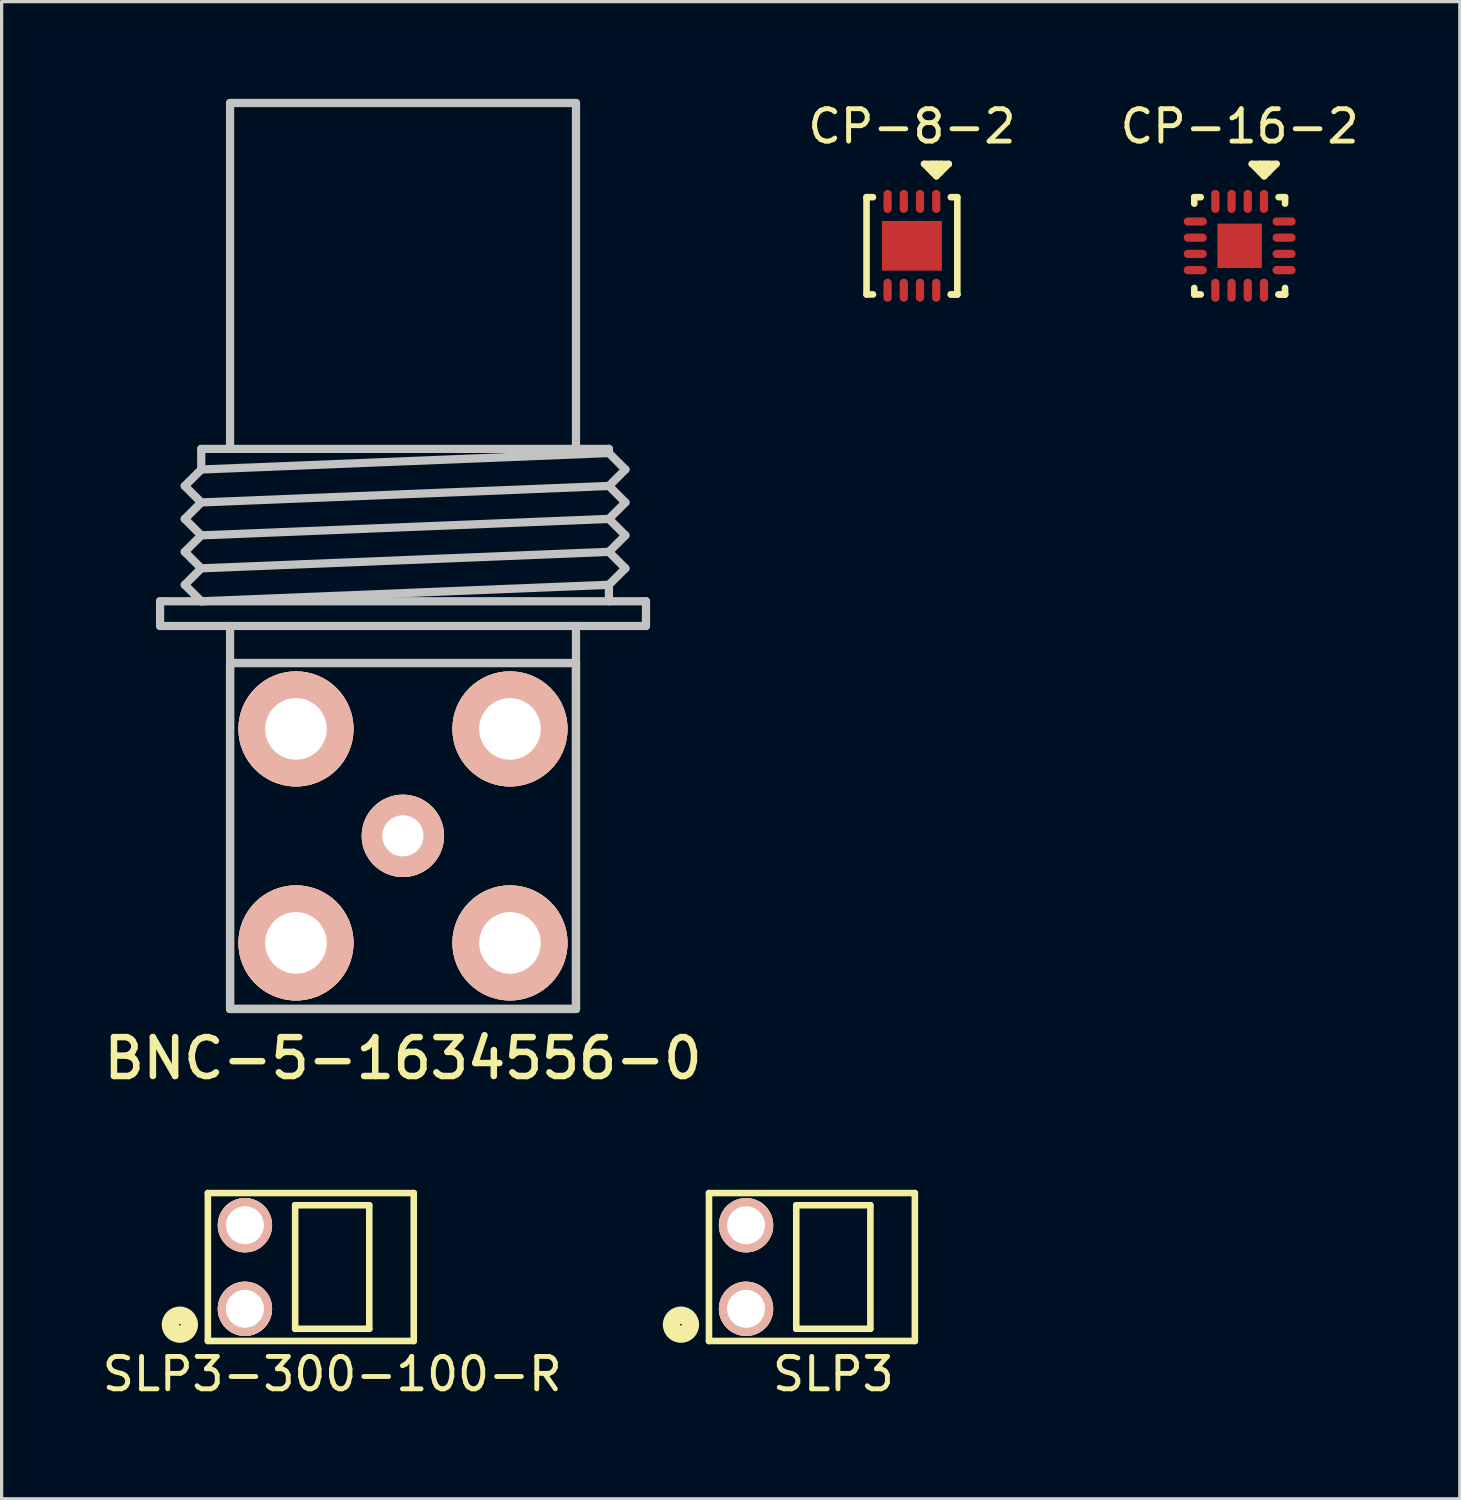
<source format=kicad_pcb>
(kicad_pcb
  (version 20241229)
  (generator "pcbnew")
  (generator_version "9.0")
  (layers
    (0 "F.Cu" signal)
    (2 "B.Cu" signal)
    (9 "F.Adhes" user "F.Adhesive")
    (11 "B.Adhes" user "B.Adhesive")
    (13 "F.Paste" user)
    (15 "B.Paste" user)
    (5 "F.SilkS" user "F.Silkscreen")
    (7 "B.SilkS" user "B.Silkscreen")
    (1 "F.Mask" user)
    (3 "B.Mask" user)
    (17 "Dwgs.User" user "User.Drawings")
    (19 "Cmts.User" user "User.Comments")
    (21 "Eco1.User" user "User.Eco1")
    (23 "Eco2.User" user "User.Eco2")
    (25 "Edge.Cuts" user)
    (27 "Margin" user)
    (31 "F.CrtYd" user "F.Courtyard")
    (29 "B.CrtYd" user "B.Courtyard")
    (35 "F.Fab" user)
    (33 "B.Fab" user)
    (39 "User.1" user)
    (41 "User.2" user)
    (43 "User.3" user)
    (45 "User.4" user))
  (footprint "SLP3"
    (layer "F.Cu")
    (at 22.651 36.027)
    (property "Reference" "SLP3" (at 0 3.302 180) (layer "F.SilkS") (effects (font (size 1 1) (thickness 0.15))))
    (attr smd)
    (fp_line (start -3.835 -2.281) (end 2.515 -2.281) (stroke (width 0.203) (type solid)) (layer "F.SilkS"))
    (fp_line (start -3.835 2.281) (end -3.835 -2.281) (stroke (width 0.203) (type solid)) (layer "F.SilkS"))
    (fp_line (start -1.143 -1.905) (end 1.143 -1.905) (stroke (width 0.203) (type solid)) (layer "F.SilkS"))
    (fp_line (start -1.143 1.905) (end -1.143 -1.905) (stroke (width 0.203) (type solid)) (layer "F.SilkS"))
    (fp_line (start -1.143 1.905) (end 1.143 1.905) (stroke (width 0.203) (type solid)) (layer "F.SilkS"))
    (fp_line (start 1.143 1.905) (end 1.143 -1.905) (stroke (width 0.203) (type solid)) (layer "F.SilkS"))
    (fp_line (start 2.515 -2.281) (end 2.515 2.281) (stroke (width 0.203) (type solid)) (layer "F.SilkS"))
    (fp_line (start 2.515 2.281) (end -3.835 2.281) (stroke (width 0.203) (type solid)) (layer "F.SilkS"))
    (fp_circle (center -4.699 1.778) (end -4.699 1.651) (stroke (width 0.203) (type solid)) (fill no) (layer "F.SilkS"))
    (fp_circle (center -4.699 1.778) (end -4.445 1.651) (stroke (width 0.203) (type solid)) (fill no) (layer "F.SilkS"))
    (fp_circle (center -4.699 1.778) (end -4.318 1.524) (stroke (width 0.203) (type solid)) (fill no) (layer "F.SilkS"))
    (pad "1" thru_hole circle (at -2.692 1.289) (size 1.676 1.676) (drill 1.168) (layers "*.Cu" "*.SilkS" "*.Mask"))
    (pad "2" thru_hole circle (at -2.692 -1.289) (size 1.676 1.676) (drill 1.168) (layers "*.Cu" "*.SilkS" "*.Mask")))
  (footprint "CP-16-2"
    (layer "F.Cu")
    (at 35.183 4.531)
    (property "Reference" "CP-16-2" (at 0 -3.683 0) (layer "F.SilkS") (effects (font (size 1 1) (thickness 0.15))))
    (attr through_hole)
    (fp_line (start -1.4 -1.5) (end -1.4 -1.3) (stroke (width 0.203) (type solid)) (layer "F.SilkS"))
    (fp_line (start -1.4 1.5) (end -1.4 1.3) (stroke (width 0.203) (type solid)) (layer "F.SilkS"))
    (fp_line (start -1.2 -1.5) (end -1.4 -1.5) (stroke (width 0.203) (type solid)) (layer "F.SilkS"))
    (fp_line (start -1.2 1.5) (end -1.4 1.5) (stroke (width 0.203) (type solid)) (layer "F.SilkS"))
    (fp_line (start 0.374 -2.526) (end 0.755 -2.144) (stroke (width 0.203) (type solid)) (layer "F.SilkS"))
    (fp_line (start 0.628 -2.526) (end 0.628 -2.272) (stroke (width 0.203) (type solid)) (layer "F.SilkS"))
    (fp_line (start 0.755 -2.526) (end 0.755 -2.272) (stroke (width 0.203) (type solid)) (layer "F.SilkS"))
    (fp_line (start 0.755 -2.144) (end 1.137 -2.526) (stroke (width 0.203) (type solid)) (layer "F.SilkS"))
    (fp_line (start 0.882 -2.526) (end 0.882 -2.272) (stroke (width 0.203) (type solid)) (layer "F.SilkS"))
    (fp_line (start 1.137 -2.526) (end 0.374 -2.526) (stroke (width 0.203) (type solid)) (layer "F.SilkS"))
    (fp_line (start 1.2 -1.5) (end 1.4 -1.5) (stroke (width 0.203) (type solid)) (layer "F.SilkS"))
    (fp_line (start 1.2 1.5) (end 1.4 1.5) (stroke (width 0.203) (type solid)) (layer "F.SilkS"))
    (fp_line (start 1.2 1.5) (end 1.4 1.5) (stroke (width 0.203) (type solid)) (layer "F.SilkS"))
    (fp_line (start 1.4 -1.5) (end 1.4 -1.3) (stroke (width 0.203) (type solid)) (layer "F.SilkS"))
    (fp_line (start 1.4 1.5) (end 1.4 1.3) (stroke (width 0.203) (type solid)) (layer "F.SilkS"))
    (pad "1" smd oval (at 0.75 -1.37 270) (size 0.71 0.254) (layers "F.Cu" "F.Mask" "F.Paste"))
    (pad "2" smd oval (at 0.25 -1.37 270) (size 0.71 0.254) (layers "F.Cu" "F.Mask" "F.Paste"))
    (pad "3" smd oval (at -0.25 -1.37 270) (size 0.71 0.254) (layers "F.Cu" "F.Mask" "F.Paste"))
    (pad "4" smd oval (at -0.75 -1.37 270) (size 0.71 0.254) (layers "F.Cu" "F.Mask" "F.Paste"))
    (pad "5" smd oval (at -1.37 -0.75) (size 0.71 0.254) (layers "F.Cu" "F.Mask" "F.Paste"))
    (pad "6" smd oval (at -1.37 -0.25) (size 0.71 0.254) (layers "F.Cu" "F.Mask" "F.Paste"))
    (pad "7" smd oval (at -1.37 0.25) (size 0.71 0.254) (layers "F.Cu" "F.Mask" "F.Paste"))
    (pad "8" smd oval (at -1.37 0.75) (size 0.71 0.254) (layers "F.Cu" "F.Mask" "F.Paste"))
    (pad "9" smd oval (at -0.75 1.37 270) (size 0.71 0.254) (layers "F.Cu" "F.Mask" "F.Paste"))
    (pad "10" smd oval (at -0.25 1.37 270) (size 0.71 0.254) (layers "F.Cu" "F.Mask" "F.Paste"))
    (pad "11" smd oval (at 0.25 1.37 270) (size 0.71 0.254) (layers "F.Cu" "F.Mask" "F.Paste"))
    (pad "12" smd oval (at 0.75 1.37 270) (size 0.71 0.254) (layers "F.Cu" "F.Mask" "F.Paste"))
    (pad "13" smd oval (at 1.37 0.75) (size 0.71 0.254) (layers "F.Cu" "F.Mask" "F.Paste"))
    (pad "14" smd oval (at 1.37 0.25) (size 0.71 0.254) (layers "F.Cu" "F.Mask" "F.Paste"))
    (pad "15" smd oval (at 1.37 -0.25) (size 0.71 0.254) (layers "F.Cu" "F.Mask" "F.Paste"))
    (pad "16" smd oval (at 1.37 -0.75) (size 0.71 0.254) (layers "F.Cu" "F.Mask" "F.Paste"))
    (pad "EP" smd rect (at 0 0 270) (size 1.37 1.37) (layers "F.Cu" "F.Mask" "F.Paste")))
  (footprint "CP-8-2"
    (layer "F.Cu")
    (at 25.075 4.531)
    (property "Reference" "CP-8-2" (at 0 -3.683 0) (layer "F.SilkS") (effects (font (size 1 1) (thickness 0.15))))
    (attr through_hole)
    (fp_line (start -1.4 1.5) (end -1.4 -1.5) (stroke (width 0.203) (type solid)) (layer "F.SilkS"))
    (fp_line (start -1.2 -1.5) (end -1.4 -1.5) (stroke (width 0.203) (type solid)) (layer "F.SilkS"))
    (fp_line (start -1.2 1.5) (end -1.4 1.5) (stroke (width 0.203) (type solid)) (layer "F.SilkS"))
    (fp_line (start 0.374 -2.526) (end 0.755 -2.144) (stroke (width 0.203) (type solid)) (layer "F.SilkS"))
    (fp_line (start 0.628 -2.526) (end 0.628 -2.272) (stroke (width 0.203) (type solid)) (layer "F.SilkS"))
    (fp_line (start 0.755 -2.526) (end 0.755 -2.272) (stroke (width 0.203) (type solid)) (layer "F.SilkS"))
    (fp_line (start 0.755 -2.144) (end 1.137 -2.526) (stroke (width 0.203) (type solid)) (layer "F.SilkS"))
    (fp_line (start 0.882 -2.526) (end 0.882 -2.272) (stroke (width 0.203) (type solid)) (layer "F.SilkS"))
    (fp_line (start 1.137 -2.526) (end 0.374 -2.526) (stroke (width 0.203) (type solid)) (layer "F.SilkS"))
    (fp_line (start 1.2 -1.5) (end 1.4 -1.5) (stroke (width 0.203) (type solid)) (layer "F.SilkS"))
    (fp_line (start 1.2 1.5) (end 1.4 1.5) (stroke (width 0.203) (type solid)) (layer "F.SilkS"))
    (fp_line (start 1.2 1.5) (end 1.4 1.5) (stroke (width 0.203) (type solid)) (layer "F.SilkS"))
    (fp_line (start 1.4 -1.5) (end 1.4 1.5) (stroke (width 0.203) (type solid)) (layer "F.SilkS"))
    (pad "1" smd oval (at 0.75 -1.37 270) (size 0.71 0.254) (layers "F.Cu" "F.Mask" "F.Paste"))
    (pad "2" smd oval (at 0.25 -1.37 270) (size 0.71 0.254) (layers "F.Cu" "F.Mask" "F.Paste"))
    (pad "3" smd oval (at -0.25 -1.37 270) (size 0.71 0.254) (layers "F.Cu" "F.Mask" "F.Paste"))
    (pad "4" smd oval (at -0.75 -1.37 270) (size 0.71 0.254) (layers "F.Cu" "F.Mask" "F.Paste"))
    (pad "5" smd oval (at -0.75 1.37 270) (size 0.71 0.254) (layers "F.Cu" "F.Mask" "F.Paste"))
    (pad "6" smd oval (at -0.25 1.37 270) (size 0.71 0.254) (layers "F.Cu" "F.Mask" "F.Paste"))
    (pad "7" smd oval (at 0.25 1.37 270) (size 0.71 0.254) (layers "F.Cu" "F.Mask" "F.Paste"))
    (pad "8" smd oval (at 0.75 1.37 270) (size 0.71 0.254) (layers "F.Cu" "F.Mask" "F.Paste"))
    (pad "EP" smd rect (at 0 0 270) (size 1.53 1.85) (layers "F.Cu" "F.Mask" "F.Paste")))
  (footprint "BNC-5-1634556-0"
    (layer "F.Cu")
    (at 9.38 22.733)
    (property "Reference" "BNC-5-1634556-0" (at 0 6.858 0) (layer "F.SilkS") (effects (font (size 1.2 1.2) (thickness 0.2))))
    (attr through_hole)
    (fp_line (start -5.334 -5.334) (end 5.334 -5.334) (stroke (width 0.254) (type solid)) (layer "F.SilkS"))
    (fp_line (start -5.334 5.334) (end -5.334 -5.334) (stroke (width 0.254) (type solid)) (layer "F.SilkS"))
    (fp_line (start 5.334 -5.334) (end 5.334 5.334) (stroke (width 0.254) (type solid)) (layer "F.SilkS"))
    (fp_line (start 5.334 5.334) (end -5.334 5.334) (stroke (width 0.254) (type solid)) (layer "F.SilkS"))
    (fp_line (start -7.493 -7.239) (end -7.493 -6.477) (stroke (width 0.254) (type solid)) (layer "Dwgs.User"))
    (fp_line (start -7.493 -7.239) (end 7.493 -7.239) (stroke (width 0.254) (type solid)) (layer "Dwgs.User"))
    (fp_line (start -7.493 -6.477) (end 7.493 -6.477) (stroke (width 0.254) (type solid)) (layer "Dwgs.User"))
    (fp_line (start -6.731 -10.795) (end -6.223 -11.303) (stroke (width 0.254) (type solid)) (layer "Dwgs.User"))
    (fp_line (start -6.731 -9.779) (end -6.223 -10.287) (stroke (width 0.254) (type solid)) (layer "Dwgs.User"))
    (fp_line (start -6.731 -8.763) (end -6.223 -9.271) (stroke (width 0.254) (type solid)) (layer "Dwgs.User"))
    (fp_line (start -6.731 -7.747) (end -6.223 -8.255) (stroke (width 0.254) (type solid)) (layer "Dwgs.User"))
    (fp_line (start -6.223 -11.938) (end 6.35 -11.938) (stroke (width 0.254) (type solid)) (layer "Dwgs.User"))
    (fp_line (start -6.223 -11.303) (end -6.223 -11.938) (stroke (width 0.254) (type solid)) (layer "Dwgs.User"))
    (fp_line (start -6.223 -11.303) (end 6.35 -11.811) (stroke (width 0.254) (type solid)) (layer "Dwgs.User"))
    (fp_line (start -6.223 -10.287) (end -6.731 -10.795) (stroke (width 0.254) (type solid)) (layer "Dwgs.User"))
    (fp_line (start -6.223 -9.271) (end -6.731 -9.779) (stroke (width 0.254) (type solid)) (layer "Dwgs.User"))
    (fp_line (start -6.223 -9.271) (end 6.35 -9.779) (stroke (width 0.254) (type solid)) (layer "Dwgs.User"))
    (fp_line (start -6.223 -8.255) (end -6.731 -8.763) (stroke (width 0.254) (type solid)) (layer "Dwgs.User"))
    (fp_line (start -6.223 -7.239) (end -6.731 -7.747) (stroke (width 0.254) (type solid)) (layer "Dwgs.User"))
    (fp_line (start -6.223 -7.239) (end 6.35 -7.747) (stroke (width 0.254) (type solid)) (layer "Dwgs.User"))
    (fp_line (start -5.334 -22.606) (end 5.334 -22.606) (stroke (width 0.254) (type solid)) (layer "Dwgs.User"))
    (fp_line (start -5.334 -11.938) (end -5.334 -22.606) (stroke (width 0.254) (type solid)) (layer "Dwgs.User"))
    (fp_line (start -5.334 -5.334) (end -5.334 -6.477) (stroke (width 0.254) (type solid)) (layer "Dwgs.User"))
    (fp_line (start -5.334 -5.334) (end 5.334 -5.334) (stroke (width 0.254) (type solid)) (layer "Dwgs.User"))
    (fp_line (start -5.334 5.334) (end -5.334 -5.334) (stroke (width 0.254) (type solid)) (layer "Dwgs.User"))
    (fp_line (start 5.334 -22.606) (end 5.334 -11.938) (stroke (width 0.254) (type solid)) (layer "Dwgs.User"))
    (fp_line (start 5.334 -5.334) (end 5.334 -6.477) (stroke (width 0.254) (type solid)) (layer "Dwgs.User"))
    (fp_line (start 5.334 -5.334) (end 5.334 5.334) (stroke (width 0.254) (type solid)) (layer "Dwgs.User"))
    (fp_line (start 5.334 5.334) (end -5.334 5.334) (stroke (width 0.254) (type solid)) (layer "Dwgs.User"))
    (fp_line (start 6.35 -11.938) (end 6.35 -11.811) (stroke (width 0.254) (type solid)) (layer "Dwgs.User"))
    (fp_line (start 6.35 -10.795) (end -6.223 -10.287) (stroke (width 0.254) (type solid)) (layer "Dwgs.User"))
    (fp_line (start 6.35 -10.795) (end 6.858 -11.303) (stroke (width 0.254) (type solid)) (layer "Dwgs.User"))
    (fp_line (start 6.35 -10.795) (end 6.858 -10.287) (stroke (width 0.254) (type solid)) (layer "Dwgs.User"))
    (fp_line (start 6.35 -9.779) (end 6.858 -9.271) (stroke (width 0.254) (type solid)) (layer "Dwgs.User"))
    (fp_line (start 6.35 -8.763) (end -6.223 -8.255) (stroke (width 0.254) (type solid)) (layer "Dwgs.User"))
    (fp_line (start 6.35 -8.763) (end 6.858 -8.255) (stroke (width 0.254) (type solid)) (layer "Dwgs.User"))
    (fp_line (start 6.35 -7.747) (end 6.35 -7.239) (stroke (width 0.254) (type solid)) (layer "Dwgs.User"))
    (fp_line (start 6.858 -11.303) (end 6.35 -11.811) (stroke (width 0.254) (type solid)) (layer "Dwgs.User"))
    (fp_line (start 6.858 -10.287) (end 6.35 -9.779) (stroke (width 0.254) (type solid)) (layer "Dwgs.User"))
    (fp_line (start 6.858 -9.271) (end 6.35 -8.763) (stroke (width 0.254) (type solid)) (layer "Dwgs.User"))
    (fp_line (start 6.858 -8.255) (end 6.35 -7.747) (stroke (width 0.254) (type solid)) (layer "Dwgs.User"))
    (fp_line (start 7.493 -7.239) (end 7.493 -6.477) (stroke (width 0.254) (type solid)) (layer "Dwgs.User"))
    (pad "1" thru_hole circle (at -0.004 -0.004) (size 2.54 2.54) (drill 1.27) (layers "*.Cu" "*.SilkS" "*.Mask"))
    (pad "2" thru_hole circle (at -3.302 -3.302) (size 3.55 3.55) (drill 1.9) (layers "*.Cu" "*.SilkS" "*.Mask"))
    (pad "2" thru_hole circle (at -3.302 3.298) (size 3.55 3.55) (drill 1.9) (layers "*.Cu" "*.SilkS" "*.Mask"))
    (pad "2" thru_hole circle (at 3.298 -3.302) (size 3.55 3.55) (drill 1.9) (layers "*.Cu" "*.SilkS" "*.Mask"))
    (pad "2" thru_hole circle (at 3.298 3.298) (size 3.55 3.55) (drill 1.9) (layers "*.Cu" "*.SilkS" "*.Mask")))
  (footprint "SLP3-300-100-R"
    (layer "F.Cu")
    (at 7.196 36.027)
    (property "Reference" "SLP3-300-100-R" (at 0 3.302 180) (layer "F.SilkS") (effects (font (size 1 1) (thickness 0.15))))
    (attr smd)
    (fp_line (start -3.835 -2.281) (end 2.515 -2.281) (stroke (width 0.203) (type solid)) (layer "F.SilkS"))
    (fp_line (start -3.835 2.281) (end -3.835 -2.281) (stroke (width 0.203) (type solid)) (layer "F.SilkS"))
    (fp_line (start -1.143 -1.905) (end 1.143 -1.905) (stroke (width 0.203) (type solid)) (layer "F.SilkS"))
    (fp_line (start -1.143 1.905) (end -1.143 -1.905) (stroke (width 0.203) (type solid)) (layer "F.SilkS"))
    (fp_line (start -1.143 1.905) (end 1.143 1.905) (stroke (width 0.203) (type solid)) (layer "F.SilkS"))
    (fp_line (start 1.143 1.905) (end 1.143 -1.905) (stroke (width 0.203) (type solid)) (layer "F.SilkS"))
    (fp_line (start 2.515 -2.281) (end 2.515 2.281) (stroke (width 0.203) (type solid)) (layer "F.SilkS"))
    (fp_line (start 2.515 2.281) (end -3.835 2.281) (stroke (width 0.203) (type solid)) (layer "F.SilkS"))
    (fp_circle (center -4.699 1.778) (end -4.699 1.651) (stroke (width 0.203) (type solid)) (fill no) (layer "F.SilkS"))
    (fp_circle (center -4.699 1.778) (end -4.445 1.651) (stroke (width 0.203) (type solid)) (fill no) (layer "F.SilkS"))
    (fp_circle (center -4.699 1.778) (end -4.318 1.524) (stroke (width 0.203) (type solid)) (fill no) (layer "F.SilkS"))
    (pad "1" thru_hole circle (at -2.692 1.289) (size 1.676 1.676) (drill 1.168) (layers "*.Cu" "*.SilkS" "*.Mask"))
    (pad "2" thru_hole circle (at -2.692 -1.289) (size 1.676 1.676) (drill 1.168) (layers "*.Cu" "*.SilkS" "*.Mask")))
  (gr_rect
    (start -3 -3)
    (end 41.974 43.177)
    (stroke (width 0.1) (type default))
    (fill no)
    (layer "Edge.Cuts")))
</source>
